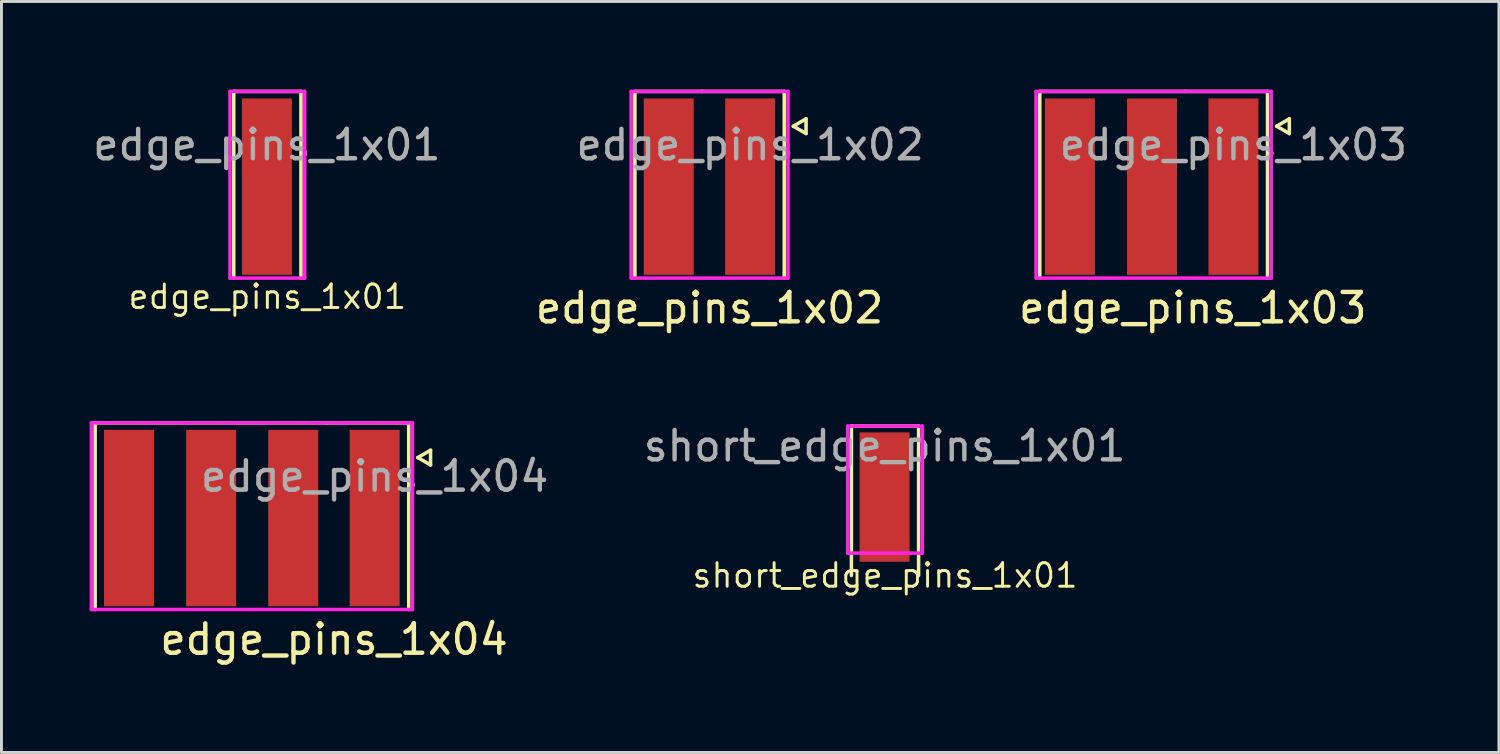
<source format=kicad_pcb>
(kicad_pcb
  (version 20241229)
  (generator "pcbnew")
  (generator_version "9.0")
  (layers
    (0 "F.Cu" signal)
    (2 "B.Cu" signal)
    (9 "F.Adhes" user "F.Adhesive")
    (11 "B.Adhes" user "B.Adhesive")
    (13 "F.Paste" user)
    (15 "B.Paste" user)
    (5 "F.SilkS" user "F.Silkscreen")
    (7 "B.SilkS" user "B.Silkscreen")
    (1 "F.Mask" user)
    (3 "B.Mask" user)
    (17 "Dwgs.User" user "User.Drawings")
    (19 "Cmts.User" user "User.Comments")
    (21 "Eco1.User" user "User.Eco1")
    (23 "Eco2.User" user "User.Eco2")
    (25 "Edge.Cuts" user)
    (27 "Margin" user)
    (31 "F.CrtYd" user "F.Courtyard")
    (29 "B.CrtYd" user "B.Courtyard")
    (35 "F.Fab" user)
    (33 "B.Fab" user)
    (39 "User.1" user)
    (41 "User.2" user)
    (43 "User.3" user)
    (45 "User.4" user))
  (footprint "edge_pins_1x04"
    (layer "F.Cu")
    (at 8.315 14.509)
    (property "Reference" "edge_pins_1x04" (at 0 4.191 180) (layer "F.SilkS") (effects (font (size 1 1) (thickness 0.15))))
    (attr through_hole)
    (fp_line (start -8.128 -3.175) (end -8.128 3.175) (stroke (width 0.12) (type solid)) (layer "F.SilkS"))
    (fp_line (start -0.254 -3.175) (end -8.128 -3.175) (stroke (width 0.12) (type solid)) (layer "F.SilkS"))
    (fp_line (start 2.54 -3.175) (end -0.254 -3.175) (stroke (width 0.12) (type solid)) (layer "F.SilkS"))
    (fp_line (start 2.54 3.175) (end 2.54 -3.175) (stroke (width 0.12) (type solid)) (layer "F.SilkS"))
    (fp_line (start 2.849 -1.992) (end 3.282 -2.243) (stroke (width 0.12) (type solid)) (layer "F.SilkS"))
    (fp_line (start 3.282 -2.243) (end 3.282 -1.742) (stroke (width 0.12) (type solid)) (layer "F.SilkS"))
    (fp_line (start 3.282 -1.742) (end 2.849 -1.992) (stroke (width 0.12) (type solid)) (layer "F.SilkS"))
    (fp_line (start -8.255 -3.175) (end 2.667 -3.175) (stroke (width 0.12) (type solid)) (layer "F.CrtYd"))
    (fp_line (start -8.255 3.175) (end -8.255 -3.175) (stroke (width 0.12) (type solid)) (layer "F.CrtYd"))
    (fp_line (start 2.667 -3.175) (end 2.667 3.175) (stroke (width 0.12) (type solid)) (layer "F.CrtYd"))
    (fp_line (start 2.667 3.175) (end -8.255 3.175) (stroke (width 0.12) (type solid)) (layer "F.CrtYd"))
    (fp_text user "${REFERENCE}" (at 1.381 -1.357 180) (layer "F.Fab") (effects (font (size 1 1) (thickness 0.15))))
    (pad "1" smd rect (at 1.381 0.064 180) (size 1.7 6) (layers "F.Cu" "F.Mask" "F.Paste"))
    (pad "2" smd rect (at -1.389 0.064 180) (size 1.7 6) (layers "F.Cu" "F.Mask" "F.Paste"))
    (pad "3" smd rect (at -4.183 0.064 180) (size 1.7 6) (layers "F.Cu" "F.Mask" "F.Paste"))
    (pad "4" smd rect (at -6.976 0.064 180) (size 1.7 6) (layers "F.Cu" "F.Mask" "F.Paste")))
  (footprint "short_edge_pins_1x01"
    (layer "F.Cu")
    (at 27.057 13.479)
    (property "Reference" "short_edge_pins_1x01" (at 0 3.048 180) (layer "F.SilkS") (effects (font (size 0.8 0.8) (thickness 0.1))))
    (attr through_hole)
    (fp_line (start -1.143 -2.032) (end -1.143 3.048) (stroke (width 0.12) (type solid)) (layer "F.SilkS"))
    (fp_line (start 1.143 -2.032) (end -1.143 -2.032) (stroke (width 0.12) (type solid)) (layer "F.SilkS"))
    (fp_line (start 1.143 3.048) (end 1.143 -2.032) (stroke (width 0.12) (type solid)) (layer "F.SilkS"))
    (fp_line (start -1.27 -2.032) (end 1.27 -2.032) (stroke (width 0.12) (type solid)) (layer "F.CrtYd"))
    (fp_line (start -1.27 2.286) (end -1.27 -2.032) (stroke (width 0.12) (type solid)) (layer "F.CrtYd"))
    (fp_line (start 1.27 -2.032) (end 1.27 2.286) (stroke (width 0.12) (type solid)) (layer "F.CrtYd"))
    (fp_line (start 1.27 2.286) (end -1.27 2.286) (stroke (width 0.12) (type solid)) (layer "F.CrtYd"))
    (fp_text user "${REFERENCE}" (at -0.015 -1.357 180) (layer "F.Fab") (effects (font (size 1 1) (thickness 0.15))))
    (pad "1" smd rect (at -0.015 0.381 180) (size 1.7 4.4) (layers "F.Cu" "F.Mask" "F.Paste")))
  (footprint "edge_pins_1x03"
    (layer "F.Cu")
    (at 37.53 3.235)
    (property "Reference" "edge_pins_1x03" (at 0 4.191 180) (layer "F.SilkS") (effects (font (size 1 1) (thickness 0.15))))
    (attr through_hole)
    (fp_line (start -5.207 -3.175) (end -5.207 3.175) (stroke (width 0.12) (type solid)) (layer "F.SilkS"))
    (fp_line (start -0.254 -3.175) (end -5.207 -3.175) (stroke (width 0.12) (type solid)) (layer "F.SilkS"))
    (fp_line (start 2.54 -3.175) (end -0.254 -3.175) (stroke (width 0.12) (type solid)) (layer "F.SilkS"))
    (fp_line (start 2.54 3.175) (end 2.54 -3.175) (stroke (width 0.12) (type solid)) (layer "F.SilkS"))
    (fp_line (start 2.849 -1.992) (end 3.282 -2.243) (stroke (width 0.12) (type solid)) (layer "F.SilkS"))
    (fp_line (start 3.282 -2.243) (end 3.282 -1.742) (stroke (width 0.12) (type solid)) (layer "F.SilkS"))
    (fp_line (start 3.282 -1.742) (end 2.849 -1.992) (stroke (width 0.12) (type solid)) (layer "F.SilkS"))
    (fp_line (start -5.334 -3.175) (end 2.667 -3.175) (stroke (width 0.12) (type solid)) (layer "F.CrtYd"))
    (fp_line (start -5.334 3.175) (end -5.334 -3.175) (stroke (width 0.12) (type solid)) (layer "F.CrtYd"))
    (fp_line (start 2.667 -3.175) (end 2.667 3.175) (stroke (width 0.12) (type solid)) (layer "F.CrtYd"))
    (fp_line (start 2.667 3.175) (end -5.334 3.175) (stroke (width 0.12) (type solid)) (layer "F.CrtYd"))
    (fp_text user "${REFERENCE}" (at 1.381 -1.357 180) (layer "F.Fab") (effects (font (size 1 1) (thickness 0.15))))
    (pad "1" smd rect (at 1.381 0.064 180) (size 1.7 6) (layers "F.Cu" "F.Mask" "F.Paste"))
    (pad "2" smd rect (at -1.389 0.064 180) (size 1.7 6) (layers "F.Cu" "F.Mask" "F.Paste"))
    (pad "3" smd rect (at -4.183 0.064 180) (size 1.7 6) (layers "F.Cu" "F.Mask" "F.Paste")))
  (footprint "edge_pins_1x01"
    (layer "F.Cu")
    (at 6.045 3.235)
    (property "Reference" "edge_pins_1x01" (at 0 3.81 180) (layer "F.SilkS") (effects (font (size 0.8 0.8) (thickness 0.1))))
    (attr through_hole)
    (fp_line (start -1.143 -3.175) (end -1.143 3.175) (stroke (width 0.12) (type solid)) (layer "F.SilkS"))
    (fp_line (start 1.143 -3.175) (end -1.143 -3.175) (stroke (width 0.12) (type solid)) (layer "F.SilkS"))
    (fp_line (start 1.143 3.175) (end 1.143 -3.175) (stroke (width 0.12) (type solid)) (layer "F.SilkS"))
    (fp_line (start -1.27 -3.175) (end 1.27 -3.175) (stroke (width 0.12) (type solid)) (layer "F.CrtYd"))
    (fp_line (start -1.27 3.175) (end -1.27 -3.175) (stroke (width 0.12) (type solid)) (layer "F.CrtYd"))
    (fp_line (start 1.27 -3.175) (end 1.27 3.175) (stroke (width 0.12) (type solid)) (layer "F.CrtYd"))
    (fp_line (start 1.27 3.175) (end -1.27 3.175) (stroke (width 0.12) (type solid)) (layer "F.CrtYd"))
    (fp_text user "${REFERENCE}" (at -0.015 -1.357 180) (layer "F.Fab") (effects (font (size 1 1) (thickness 0.15))))
    (pad "1" smd rect (at -0.015 0.064 180) (size 1.7 6) (layers "F.Cu" "F.Mask" "F.Paste")))
  (footprint "edge_pins_1x02"
    (layer "F.Cu")
    (at 21.089 3.235)
    (property "Reference" "edge_pins_1x02" (at 0 4.191 180) (layer "F.SilkS") (effects (font (size 1 1) (thickness 0.15))))
    (attr through_hole)
    (fp_line (start -2.54 -3.175) (end -2.54 3.175) (stroke (width 0.12) (type solid)) (layer "F.SilkS"))
    (fp_line (start -0.254 -3.175) (end -2.54 -3.175) (stroke (width 0.12) (type solid)) (layer "F.SilkS"))
    (fp_line (start 2.54 -3.175) (end -0.254 -3.175) (stroke (width 0.12) (type solid)) (layer "F.SilkS"))
    (fp_line (start 2.54 3.175) (end 2.54 -3.175) (stroke (width 0.12) (type solid)) (layer "F.SilkS"))
    (fp_line (start 2.849 -1.992) (end 3.282 -2.243) (stroke (width 0.12) (type solid)) (layer "F.SilkS"))
    (fp_line (start 3.282 -2.243) (end 3.282 -1.742) (stroke (width 0.12) (type solid)) (layer "F.SilkS"))
    (fp_line (start 3.282 -1.742) (end 2.849 -1.992) (stroke (width 0.12) (type solid)) (layer "F.SilkS"))
    (fp_line (start -2.667 -3.175) (end 2.667 -3.175) (stroke (width 0.12) (type solid)) (layer "F.CrtYd"))
    (fp_line (start -2.667 3.175) (end -2.667 -3.175) (stroke (width 0.12) (type solid)) (layer "F.CrtYd"))
    (fp_line (start 2.667 -3.175) (end 2.667 3.175) (stroke (width 0.12) (type solid)) (layer "F.CrtYd"))
    (fp_line (start 2.667 3.175) (end -2.667 3.175) (stroke (width 0.12) (type solid)) (layer "F.CrtYd"))
    (fp_text user "${REFERENCE}" (at 1.381 -1.357 180) (layer "F.Fab") (effects (font (size 1 1) (thickness 0.15))))
    (pad "1" smd rect (at 1.381 0.064 180) (size 1.7 6) (layers "F.Cu" "F.Mask" "F.Paste"))
    (pad "2" smd rect (at -1.389 0.064 180) (size 1.7 6) (layers "F.Cu" "F.Mask" "F.Paste")))
  (gr_rect
    (start -3 -3)
    (end 47.942 22.549)
    (stroke (width 0.1) (type default))
    (fill no)
    (layer "Edge.Cuts")))
</source>
